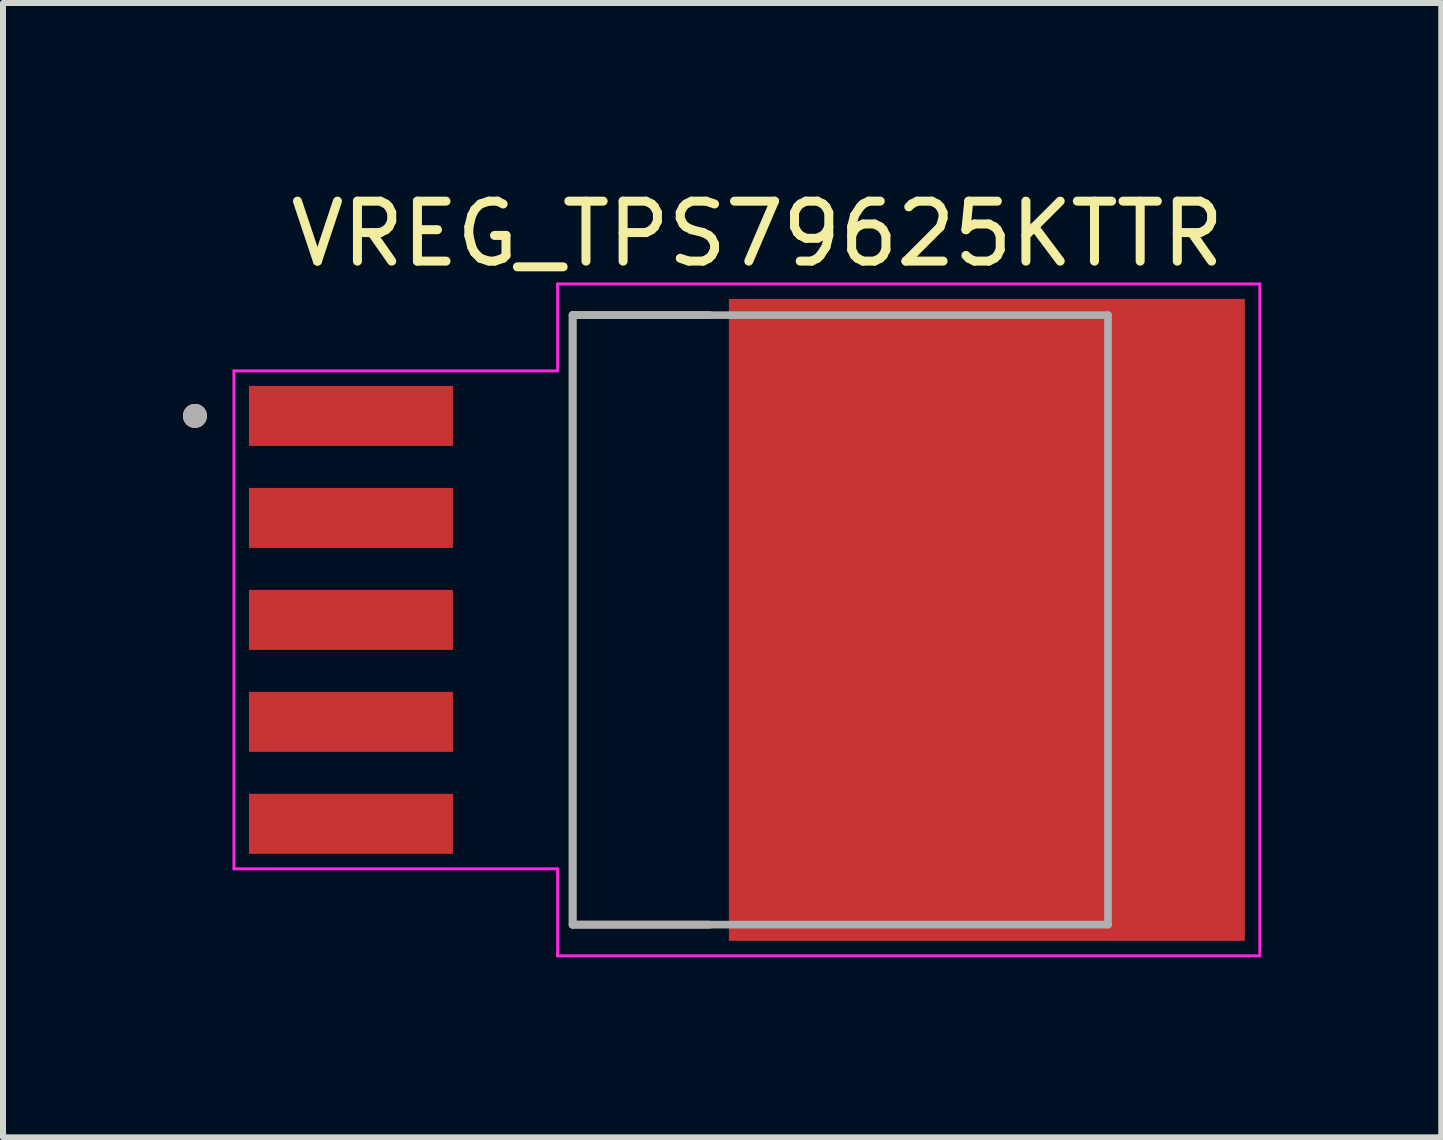
<source format=kicad_pcb>
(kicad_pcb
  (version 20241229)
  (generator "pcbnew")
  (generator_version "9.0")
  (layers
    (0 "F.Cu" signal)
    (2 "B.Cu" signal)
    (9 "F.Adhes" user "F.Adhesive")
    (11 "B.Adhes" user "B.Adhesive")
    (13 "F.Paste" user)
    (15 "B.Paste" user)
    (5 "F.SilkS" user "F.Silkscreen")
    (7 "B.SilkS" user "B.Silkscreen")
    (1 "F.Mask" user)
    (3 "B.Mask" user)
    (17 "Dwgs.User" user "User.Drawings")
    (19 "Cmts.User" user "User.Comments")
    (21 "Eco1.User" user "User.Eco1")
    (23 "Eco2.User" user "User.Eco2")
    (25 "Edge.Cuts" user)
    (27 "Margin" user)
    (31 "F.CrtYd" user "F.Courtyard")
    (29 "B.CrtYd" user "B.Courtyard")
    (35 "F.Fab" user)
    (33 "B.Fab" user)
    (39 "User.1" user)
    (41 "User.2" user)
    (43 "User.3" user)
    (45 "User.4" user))
  (footprint "VREG_TPS79625KTTR"
    (layer "F.Cu")
    (at 13.4 7.283)
    (property "Reference" "VREG_TPS79625KTTR" (at -3.825 -6.435 0) (layer "F.SilkS") (effects (font (size 1 1) (thickness 0.15))))
    (attr through_hole)
    (fp_poly (pts (xy -12.37 -3.97) (xy -8.83 -3.97) (xy -8.83 -2.83) (xy -12.37 -2.83)) (stroke (width 0.01) (type solid)) (fill yes) (layer "F.Mask"))
    (fp_poly (pts (xy -12.37 -2.27) (xy -8.83 -2.27) (xy -8.83 -1.13) (xy -12.37 -1.13)) (stroke (width 0.01) (type solid)) (fill yes) (layer "F.Mask"))
    (fp_poly (pts (xy -12.37 -0.57) (xy -8.83 -0.57) (xy -8.83 0.57) (xy -12.37 0.57)) (stroke (width 0.01) (type solid)) (fill yes) (layer "F.Mask"))
    (fp_poly (pts (xy -12.37 1.13) (xy -8.83 1.13) (xy -8.83 2.27) (xy -12.37 2.27)) (stroke (width 0.01) (type solid)) (fill yes) (layer "F.Mask"))
    (fp_poly (pts (xy -12.37 2.83) (xy -8.83 2.83) (xy -8.83 3.97) (xy -12.37 3.97)) (stroke (width 0.01) (type solid)) (fill yes) (layer "F.Mask"))
    (fp_poly (pts (xy -4.37 -5.42) (xy 4.37 -5.42) (xy 4.37 5.42) (xy -4.37 5.42)) (stroke (width 0.01) (type solid)) (fill yes) (layer "F.Mask"))
    (fp_line (start -6.905 -5.08) (end -6.905 5.08) (stroke (width 0.127) (type solid)) (layer "F.SilkS"))
    (fp_line (start -6.905 5.08) (end -4.62 5.08) (stroke (width 0.127) (type solid)) (layer "F.SilkS"))
    (fp_line (start -4.62 -5.08) (end -6.905 -5.08) (stroke (width 0.127) (type solid)) (layer "F.SilkS"))
    (fp_circle (center -13.2 -3.4) (end -13.1 -3.4) (stroke (width 0.2) (type solid)) (fill no) (layer "F.SilkS"))
    (fp_poly (pts (xy -12.25 -3.85) (xy -8.95 -3.85) (xy -8.95 -2.95) (xy -12.25 -2.95)) (stroke (width 0.01) (type solid)) (fill yes) (layer "F.Paste"))
    (fp_poly (pts (xy -12.25 -2.15) (xy -8.95 -2.15) (xy -8.95 -1.25) (xy -12.25 -1.25)) (stroke (width 0.01) (type solid)) (fill yes) (layer "F.Paste"))
    (fp_poly (pts (xy -12.25 -0.45) (xy -8.95 -0.45) (xy -8.95 0.45) (xy -12.25 0.45)) (stroke (width 0.01) (type solid)) (fill yes) (layer "F.Paste"))
    (fp_poly (pts (xy -12.25 1.25) (xy -8.95 1.25) (xy -8.95 2.15) (xy -12.25 2.15)) (stroke (width 0.01) (type solid)) (fill yes) (layer "F.Paste"))
    (fp_poly (pts (xy -12.25 2.95) (xy -8.95 2.95) (xy -8.95 3.85) (xy -12.25 3.85)) (stroke (width 0.01) (type solid)) (fill yes) (layer "F.Paste"))
    (fp_poly (pts (xy -4.25 -5.3) (xy 4.25 -5.3) (xy 4.25 5.3) (xy -4.25 5.3)) (stroke (width 0.01) (type solid)) (fill yes) (layer "F.Paste"))
    (fp_line (start -12.55 -4.15) (end -12.55 4.15) (stroke (width 0.05) (type solid)) (layer "F.CrtYd"))
    (fp_line (start -12.55 4.15) (end -7.155 4.15) (stroke (width 0.05) (type solid)) (layer "F.CrtYd"))
    (fp_line (start -7.155 -5.6) (end -7.155 -4.15) (stroke (width 0.05) (type solid)) (layer "F.CrtYd"))
    (fp_line (start -7.155 -4.15) (end -12.55 -4.15) (stroke (width 0.05) (type solid)) (layer "F.CrtYd"))
    (fp_line (start -7.155 4.15) (end -7.155 5.6) (stroke (width 0.05) (type solid)) (layer "F.CrtYd"))
    (fp_line (start -7.155 5.6) (end 4.55 5.6) (stroke (width 0.05) (type solid)) (layer "F.CrtYd"))
    (fp_line (start 4.55 -5.6) (end -7.155 -5.6) (stroke (width 0.05) (type solid)) (layer "F.CrtYd"))
    (fp_line (start 4.55 5.6) (end 4.55 -5.6) (stroke (width 0.05) (type solid)) (layer "F.CrtYd"))
    (fp_line (start -6.905 -5.08) (end -6.905 5.08) (stroke (width 0.127) (type solid)) (layer "F.Fab"))
    (fp_line (start -6.905 5.08) (end 2.02 5.08) (stroke (width 0.127) (type solid)) (layer "F.Fab"))
    (fp_line (start 2.02 -5.08) (end -6.905 -5.08) (stroke (width 0.127) (type solid)) (layer "F.Fab"))
    (fp_line (start 2.02 5.08) (end 2.02 -5.08) (stroke (width 0.127) (type solid)) (layer "F.Fab"))
    (fp_circle (center -13.2 -3.4) (end -13.1 -3.4) (stroke (width 0.2) (type solid)) (fill no) (layer "F.Fab"))
    (pad "1" smd rect (at -10.6 -3.4) (size 3.4 1) (layers "F.Cu"))
    (pad "2" smd rect (at -10.6 -1.7) (size 3.4 1) (layers "F.Cu"))
    (pad "3" smd rect (at -10.6 0) (size 3.4 1) (layers "F.Cu"))
    (pad "4" smd rect (at -10.6 1.7) (size 3.4 1) (layers "F.Cu"))
    (pad "5" smd rect (at -10.6 3.4) (size 3.4 1) (layers "F.Cu"))
    (pad "6" smd rect (at 0 0) (size 8.6 10.7) (layers "F.Cu")))
  (gr_rect
    (start -3 -3)
    (end 20.975 15.908)
    (stroke (width 0.1) (type default))
    (fill no)
    (layer "Edge.Cuts")))
</source>
